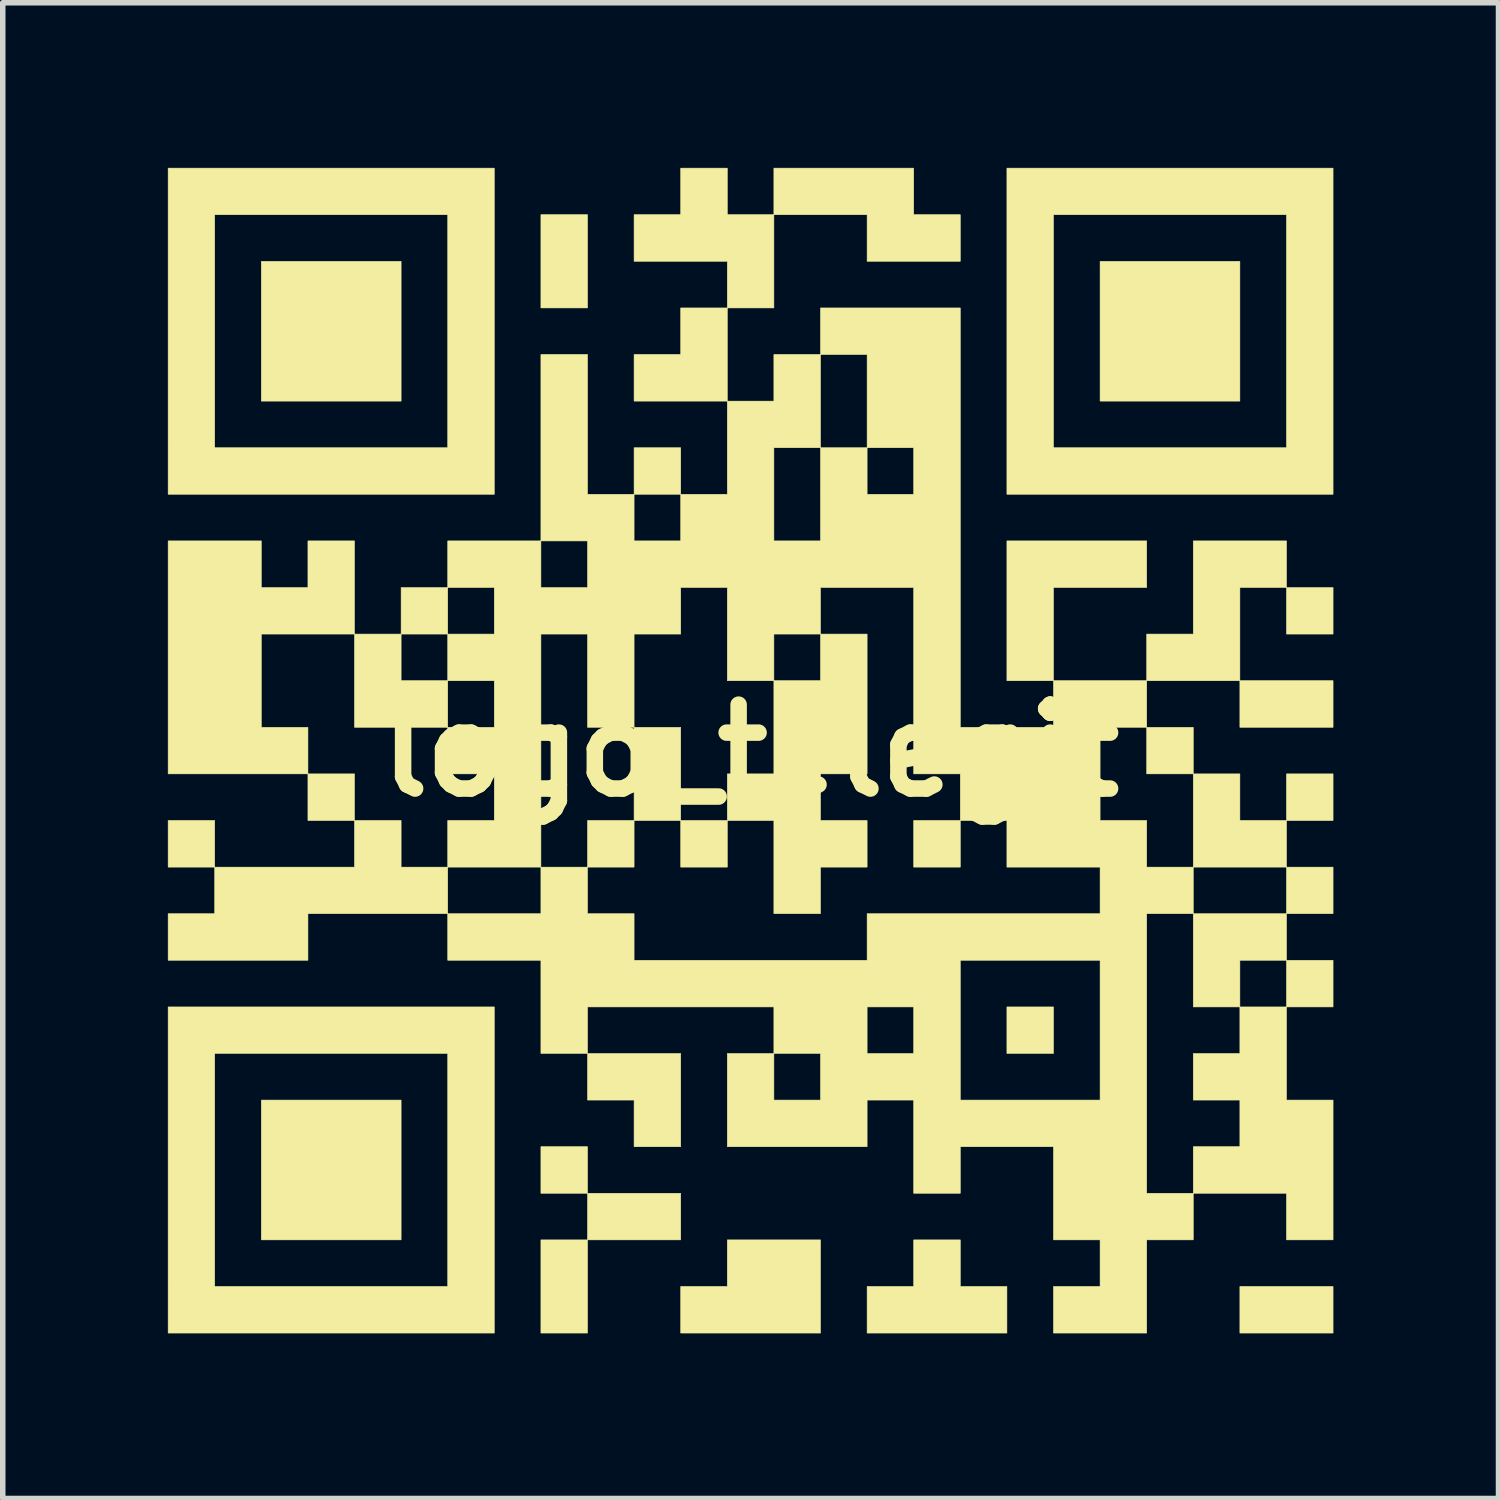
<source format=kicad_pcb>
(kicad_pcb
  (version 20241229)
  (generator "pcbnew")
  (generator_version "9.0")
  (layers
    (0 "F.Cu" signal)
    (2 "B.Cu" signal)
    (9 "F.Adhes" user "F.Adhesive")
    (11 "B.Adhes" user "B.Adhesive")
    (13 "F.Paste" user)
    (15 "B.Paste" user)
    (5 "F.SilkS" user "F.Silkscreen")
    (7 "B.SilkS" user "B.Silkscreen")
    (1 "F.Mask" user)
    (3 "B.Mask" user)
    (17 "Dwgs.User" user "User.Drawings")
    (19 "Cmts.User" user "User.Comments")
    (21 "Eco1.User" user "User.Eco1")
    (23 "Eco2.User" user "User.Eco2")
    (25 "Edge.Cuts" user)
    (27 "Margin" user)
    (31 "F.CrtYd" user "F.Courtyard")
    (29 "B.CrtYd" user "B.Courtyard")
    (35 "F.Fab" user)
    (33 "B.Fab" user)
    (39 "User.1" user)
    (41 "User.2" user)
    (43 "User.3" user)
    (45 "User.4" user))
  (footprint "logo_telegit"
    (layer "F.Cu")
    (at 10.588 10.588)
    (property "Reference" "logo_telegit" (at 0 0 0) (layer "F.SilkS") (effects (font (size 1.524 1.524) (thickness 0.3))))
    (attr through_hole)
    (fp_poly (pts (xy -10.583 2.117) (xy -10.583 1.27) (xy -9.737 1.27) (xy -9.737 2.117) (xy -10.583 2.117)) (stroke (width 0.01) (type solid)) (fill yes) (layer "F.SilkS"))
    (fp_poly (pts (xy -6.35 -6.35) (xy -8.89 -6.35) (xy -8.89 -8.89) (xy -6.35 -8.89) (xy -6.35 -6.35)) (stroke (width 0.01) (type solid)) (fill yes) (layer "F.SilkS"))
    (fp_poly (pts (xy -6.35 8.89) (xy -8.89 8.89) (xy -8.89 6.35) (xy -6.35 6.35) (xy -6.35 8.89)) (stroke (width 0.01) (type solid)) (fill yes) (layer "F.SilkS"))
    (fp_poly (pts (xy -3.81 8.043) (xy -3.81 7.197) (xy -2.963 7.197) (xy -2.963 8.043) (xy -3.81 8.043)) (stroke (width 0.01) (type solid)) (fill yes) (layer "F.SilkS"))
    (fp_poly (pts (xy -2.963 -8.043) (xy -3.81 -8.043) (xy -3.81 -9.737) (xy -2.963 -9.737) (xy -2.963 -8.043)) (stroke (width 0.01) (type solid)) (fill yes) (layer "F.SilkS"))
    (fp_poly (pts (xy -2.963 8.043) (xy -1.27 8.043) (xy -1.27 8.89) (xy -2.963 8.89) (xy -2.963 8.043)) (stroke (width 0.01) (type solid)) (fill yes) (layer "F.SilkS"))
    (fp_poly (pts (xy -2.963 10.583) (xy -3.81 10.583) (xy -3.81 8.89) (xy -2.963 8.89) (xy -2.963 10.583)) (stroke (width 0.01) (type solid)) (fill yes) (layer "F.SilkS"))
    (fp_poly (pts (xy -2.117 -0.423) (xy -1.27 -0.423) (xy -1.27 1.27) (xy -2.117 1.27) (xy -2.117 -0.423)) (stroke (width 0.01) (type solid)) (fill yes) (layer "F.SilkS"))
    (fp_poly (pts (xy -2.117 2.117) (xy -2.963 2.117) (xy -2.963 1.27) (xy -2.117 1.27) (xy -2.117 2.117)) (stroke (width 0.01) (type solid)) (fill yes) (layer "F.SilkS"))
    (fp_poly (pts (xy -0.423 1.27) (xy -0.423 2.117) (xy -1.27 2.117) (xy -1.27 1.27) (xy -0.423 1.27)) (stroke (width 0.01) (type solid)) (fill yes) (layer "F.SilkS"))
    (fp_poly (pts (xy 3.81 2.117) (xy 2.963 2.117) (xy 2.963 1.27) (xy 3.81 1.27) (xy 3.81 2.117)) (stroke (width 0.01) (type solid)) (fill yes) (layer "F.SilkS"))
    (fp_poly (pts (xy 5.503 5.503) (xy 4.657 5.503) (xy 4.657 4.657) (xy 5.503 4.657) (xy 5.503 5.503)) (stroke (width 0.01) (type solid)) (fill yes) (layer "F.SilkS"))
    (fp_poly (pts (xy 7.197 0.423) (xy 7.197 -0.423) (xy 8.043 -0.423) (xy 8.043 0.423) (xy 7.197 0.423)) (stroke (width 0.01) (type solid)) (fill yes) (layer "F.SilkS"))
    (fp_poly (pts (xy 8.89 -6.35) (xy 6.35 -6.35) (xy 6.35 -8.89) (xy 8.89 -8.89) (xy 8.89 -6.35)) (stroke (width 0.01) (type solid)) (fill yes) (layer "F.SilkS"))
    (fp_poly (pts (xy 9.737 0.423) (xy 10.583 0.423) (xy 10.583 1.27) (xy 9.737 1.27) (xy 9.737 0.423)) (stroke (width 0.01) (type solid)) (fill yes) (layer "F.SilkS"))
    (fp_poly (pts (xy 9.737 2.117) (xy 10.583 2.117) (xy 10.583 2.963) (xy 9.737 2.963) (xy 9.737 2.117)) (stroke (width 0.01) (type solid)) (fill yes) (layer "F.SilkS"))
    (fp_poly (pts (xy 9.737 3.81) (xy 10.583 3.81) (xy 10.583 4.657) (xy 9.737 4.657) (xy 9.737 3.81)) (stroke (width 0.01) (type solid)) (fill yes) (layer "F.SilkS"))
    (fp_poly (pts (xy 10.583 -2.117) (xy 9.737 -2.117) (xy 9.737 -2.963) (xy 10.583 -2.963) (xy 10.583 -2.117)) (stroke (width 0.01) (type solid)) (fill yes) (layer "F.SilkS"))
    (fp_poly (pts (xy 10.583 -0.423) (xy 8.89 -0.423) (xy 8.89 -1.27) (xy 10.583 -1.27) (xy 10.583 -0.423)) (stroke (width 0.01) (type solid)) (fill yes) (layer "F.SilkS"))
    (fp_poly (pts (xy 10.583 10.583) (xy 8.89 10.583) (xy 8.89 9.737) (xy 10.583 9.737) (xy 10.583 10.583)) (stroke (width 0.01) (type solid)) (fill yes) (layer "F.SilkS"))
    (fp_poly (pts (xy -2.117 -6.35) (xy -2.117 -7.197) (xy -1.27 -7.197) (xy -1.27 -8.043) (xy -0.423 -8.043) (xy -0.423 -6.35) (xy -2.117 -6.35)) (stroke (width 0.01) (type solid)) (fill yes) (layer "F.SilkS"))
    (fp_poly (pts (xy -1.27 5.503) (xy -1.27 7.197) (xy -2.117 7.197) (xy -2.117 6.35) (xy -2.963 6.35) (xy -2.963 5.503) (xy -1.27 5.503)) (stroke (width 0.01) (type solid)) (fill yes) (layer "F.SilkS"))
    (fp_poly (pts (xy 1.27 10.583) (xy -1.27 10.583) (xy -1.27 9.737) (xy -0.423 9.737) (xy -0.423 8.89) (xy 1.27 8.89) (xy 1.27 10.583)) (stroke (width 0.01) (type solid)) (fill yes) (layer "F.SilkS"))
    (fp_poly (pts (xy 4.657 -1.27) (xy 4.657 -3.81) (xy 7.197 -3.81) (xy 7.197 -2.963) (xy 5.503 -2.963) (xy 5.503 -1.27) (xy 4.657 -1.27)) (stroke (width 0.01) (type solid)) (fill yes) (layer "F.SilkS"))
    (fp_poly (pts (xy 9.737 2.117) (xy 8.043 2.117) (xy 8.043 0.423) (xy 8.89 0.423) (xy 8.89 1.27) (xy 9.737 1.27) (xy 9.737 2.117)) (stroke (width 0.01) (type solid)) (fill yes) (layer "F.SilkS"))
    (fp_poly (pts (xy 9.737 3.81) (xy 8.89 3.81) (xy 8.89 4.657) (xy 8.043 4.657) (xy 8.043 2.963) (xy 9.737 2.963) (xy 9.737 3.81)) (stroke (width 0.01) (type solid)) (fill yes) (layer "F.SilkS"))
    (fp_poly (pts (xy 0.423 -10.583) (xy 2.963 -10.583) (xy 2.963 -9.737) (xy 3.81 -9.737) (xy 3.81 -8.89) (xy 2.117 -8.89) (xy 2.117 -9.737) (xy 0.423 -9.737) (xy 0.423 -10.583)) (stroke (width 0.01) (type solid)) (fill yes) (layer "F.SilkS"))
    (fp_poly (pts (xy 3.81 9.737) (xy 4.657 9.737) (xy 4.657 10.583) (xy 2.117 10.583) (xy 2.117 9.737) (xy 2.963 9.737) (xy 2.963 8.89) (xy 3.81 8.89) (xy 3.81 9.737)) (stroke (width 0.01) (type solid)) (fill yes) (layer "F.SilkS"))
    (fp_poly (pts (xy 7.197 -2.117) (xy 8.043 -2.117) (xy 8.043 -3.81) (xy 9.737 -3.81) (xy 9.737 -2.963) (xy 8.89 -2.963) (xy 8.89 -1.27) (xy 7.197 -1.27) (xy 7.197 -2.117)) (stroke (width 0.01) (type solid)) (fill yes) (layer "F.SilkS"))
    (fp_poly (pts (xy 0.423 -8.043) (xy -0.423 -8.043) (xy -0.423 -8.89) (xy -2.117 -8.89) (xy -2.117 -9.737) (xy -1.27 -9.737) (xy -1.27 -10.583) (xy -0.423 -10.583) (xy -0.423 -9.737) (xy 0.423 -9.737) (xy 0.423 -8.043)) (stroke (width 0.01) (type solid)) (fill yes) (layer "F.SilkS"))
    (fp_poly (pts (xy -4.657 -4.657) (xy -10.583 -4.657) (xy -10.583 -9.737) (xy -9.737 -9.737) (xy -9.737 -5.503) (xy -5.503 -5.503) (xy -5.503 -9.737) (xy -9.737 -9.737) (xy -10.583 -9.737) (xy -10.583 -10.583) (xy -4.657 -10.583) (xy -4.657 -4.657)) (stroke (width 0.01) (type solid)) (fill yes) (layer "F.SilkS"))
    (fp_poly (pts (xy -4.657 10.583) (xy -10.583 10.583) (xy -10.583 5.503) (xy -9.737 5.503) (xy -9.737 9.737) (xy -5.503 9.737) (xy -5.503 5.503) (xy -9.737 5.503) (xy -10.583 5.503) (xy -10.583 4.657) (xy -4.657 4.657) (xy -4.657 10.583)) (stroke (width 0.01) (type solid)) (fill yes) (layer "F.SilkS"))
    (fp_poly (pts (xy 10.583 -4.657) (xy 4.657 -4.657) (xy 4.657 -9.737) (xy 5.503 -9.737) (xy 5.503 -5.503) (xy 9.737 -5.503) (xy 9.737 -9.737) (xy 5.503 -9.737) (xy 4.657 -9.737) (xy 4.657 -10.583) (xy 10.583 -10.583) (xy 10.583 -4.657)) (stroke (width 0.01) (type solid)) (fill yes) (layer "F.SilkS"))
    (fp_poly (pts (xy 9.737 6.35) (xy 10.583 6.35) (xy 10.583 8.89) (xy 9.737 8.89) (xy 9.737 8.043) (xy 8.043 8.043) (xy 8.043 7.197) (xy 8.89 7.197) (xy 8.89 6.35) (xy 8.043 6.35) (xy 8.043 5.503) (xy 8.89 5.503) (xy 8.89 4.657) (xy 9.737 4.657) (xy 9.737 6.35)) (stroke (width 0.01) (type solid)) (fill yes) (layer "F.SilkS"))
    (fp_poly (pts (xy -0.423 0.423) (xy 0.423 0.423) (xy 0.423 -1.27) (xy 1.27 -1.27) (xy 1.27 -2.117) (xy 2.117 -2.117) (xy 2.117 0.423) (xy 1.27 0.423) (xy 1.27 1.27) (xy 2.117 1.27) (xy 2.117 2.117) (xy 1.27 2.117) (xy 1.27 2.963) (xy 0.423 2.963) (xy 0.423 1.27) (xy -0.423 1.27) (xy -0.423 0.423)) (stroke (width 0.01) (type solid)) (fill yes) (layer "F.SilkS"))
    (fp_poly (pts (xy 7.197 -1.27) (xy 7.197 -0.423) (xy 6.35 -0.423) (xy 6.35 1.27) (xy 7.197 1.27) (xy 7.197 2.117) (xy 8.043 2.117) (xy 8.043 2.963) (xy 7.197 2.963) (xy 7.197 8.043) (xy 8.043 8.043) (xy 8.043 8.89) (xy 7.197 8.89) (xy 7.197 10.583) (xy 5.503 10.583) (xy 5.503 9.737) (xy 6.35 9.737) (xy 6.35 8.89) (xy 5.503 8.89) (xy 5.503 7.197) (xy 3.81 7.197) (xy 3.81 8.043) (xy 2.963 8.043) (xy 2.963 6.35) (xy 2.117 6.35) (xy 2.117 7.197) (xy -0.423 7.197) (xy -0.423 5.503) (xy 0.423 5.503) (xy 0.423 6.35) (xy 1.27 6.35) (xy 1.27 5.503) (xy 0.423 5.503) (xy 0.423 4.657) (xy 2.117 4.657) (xy 2.117 5.503) (xy 2.963 5.503) (xy 2.963 4.657) (xy 2.117 4.657) (xy 0.423 4.657) (xy -2.963 4.657) (xy -2.963 5.503) (xy -3.81 5.503) (xy -3.81 3.81) (xy -5.503 3.81) (xy -5.503 2.963) (xy -8.043 2.963) (xy -8.043 3.81) (xy -10.583 3.81) (xy -10.583 2.963) (xy -9.737 2.963) (xy -9.737 2.117) (xy -7.197 2.117) (xy -7.197 1.27) (xy -8.043 1.27) (xy -8.043 0.423) (xy -10.583 0.423) (xy -10.583 -2.117) (xy -8.89 -2.117) (xy -8.89 -0.423) (xy -8.043 -0.423) (xy -8.043 0.423) (xy -7.197 0.423) (xy -7.197 1.27) (xy -6.35 1.27) (xy -6.35 2.117) (xy -5.503 2.117) (xy -5.503 2.963) (xy -3.81 2.963) (xy -3.81 2.117) (xy -5.503 2.117) (xy -5.503 1.27) (xy -4.657 1.27) (xy -4.657 0.423) (xy -5.503 0.423) (xy -5.503 -0.423) (xy -7.197 -0.423) (xy -7.197 -2.117) (xy -8.89 -2.117) (xy -10.583 -2.117) (xy -10.583 -3.81) (xy -8.89 -3.81) (xy -8.89 -2.963) (xy -8.043 -2.963) (xy -8.043 -3.81) (xy -7.197 -3.81) (xy -7.197 -2.117) (xy -6.35 -2.117) (xy -6.35 -1.27) (xy -5.503 -1.27) (xy -5.503 -0.423) (xy -4.657 -0.423) (xy -4.657 -1.27) (xy -5.503 -1.27) (xy -5.503 -2.117) (xy -6.35 -2.117) (xy -6.35 -2.963) (xy -5.503 -2.963) (xy -5.503 -2.117) (xy -4.657 -2.117) (xy -3.81 -2.117) (xy -3.81 2.117) (xy -2.963 2.117) (xy -2.963 2.963) (xy -2.117 2.963) (xy -2.117 3.81) (xy 2.117 3.81) (xy 3.81 3.81) (xy 3.81 6.35) (xy 6.35 6.35) (xy 6.35 3.81) (xy 3.81 3.81) (xy 2.117 3.81) (xy 2.117 2.963) (xy 6.35 2.963) (xy 6.35 2.117) (xy 4.657 2.117) (xy 4.657 1.27) (xy 3.81 1.27) (xy 3.81 0.423) (xy 2.963 0.423) (xy 2.963 -2.963) (xy 1.27 -2.963) (xy 1.27 -2.117) (xy 0.423 -2.117) (xy 0.423 -1.27) (xy -0.423 -1.27) (xy -0.423 -2.963) (xy -1.27 -2.963) (xy -1.27 -2.117) (xy -2.117 -2.117) (xy -2.117 -0.423) (xy -2.963 -0.423) (xy -2.963 -2.117) (xy -3.81 -2.117) (xy -4.657 -2.117) (xy -4.657 -2.963) (xy -5.503 -2.963) (xy -5.503 -3.81) (xy -3.81 -3.81) (xy -3.81 -2.963) (xy -2.963 -2.963) (xy -2.963 -3.81) (xy -3.81 -3.81) (xy -3.81 -7.197) (xy -2.963 -7.197) (xy -2.963 -4.657) (xy -2.117 -4.657) (xy -2.117 -3.81) (xy -1.27 -3.81) (xy -1.27 -4.657) (xy -2.117 -4.657) (xy -2.117 -5.503) (xy -1.27 -5.503) (xy -1.27 -4.657) (xy -0.423 -4.657) (xy -0.423 -5.503) (xy 0.423 -5.503) (xy 0.423 -3.81) (xy 1.27 -3.81) (xy 1.27 -5.503) (xy 0.423 -5.503) (xy -0.423 -5.503) (xy -0.423 -6.35) (xy 0.423 -6.35) (xy 0.423 -7.197) (xy 1.27 -7.197) (xy 1.27 -5.503) (xy 2.117 -5.503) (xy 2.117 -4.657) (xy 2.963 -4.657) (xy 2.963 -5.503) (xy 2.117 -5.503) (xy 2.117 -7.197) (xy 1.27 -7.197) (xy 1.27 -8.043) (xy 3.81 -8.043) (xy 3.81 -0.423) (xy 5.503 -0.423) (xy 5.503 -1.27) (xy 7.197 -1.27)) (stroke (width 0.01) (type solid)) (fill yes) (layer "F.SilkS")))
  (gr_rect
    (start -3 -3)
    (end 24.177 24.177)
    (stroke (width 0.1) (type default))
    (fill no)
    (layer "Edge.Cuts")))
</source>
